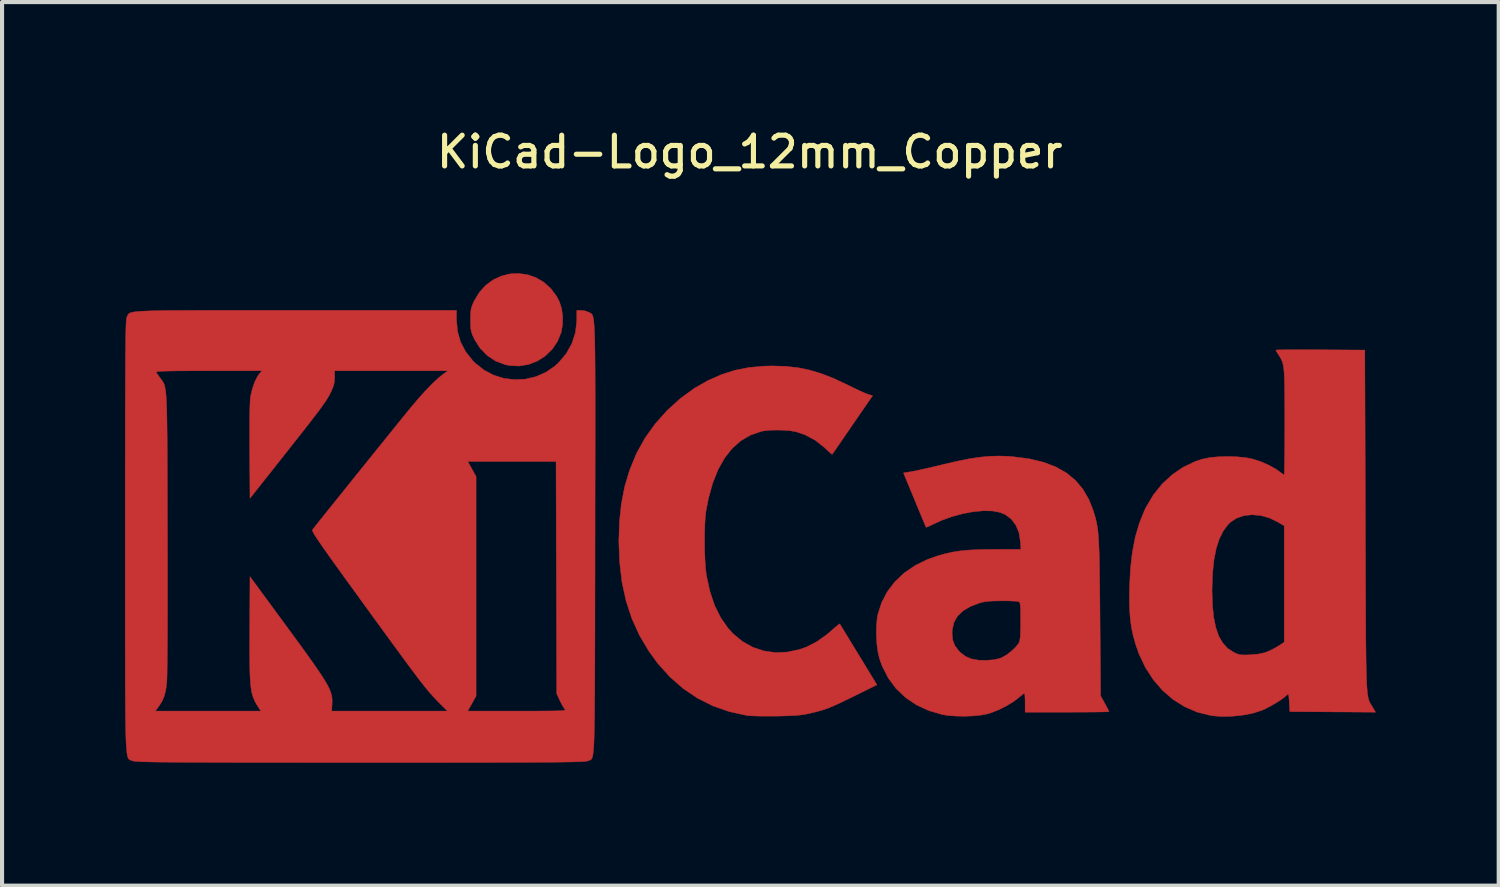
<source format=kicad_pcb>
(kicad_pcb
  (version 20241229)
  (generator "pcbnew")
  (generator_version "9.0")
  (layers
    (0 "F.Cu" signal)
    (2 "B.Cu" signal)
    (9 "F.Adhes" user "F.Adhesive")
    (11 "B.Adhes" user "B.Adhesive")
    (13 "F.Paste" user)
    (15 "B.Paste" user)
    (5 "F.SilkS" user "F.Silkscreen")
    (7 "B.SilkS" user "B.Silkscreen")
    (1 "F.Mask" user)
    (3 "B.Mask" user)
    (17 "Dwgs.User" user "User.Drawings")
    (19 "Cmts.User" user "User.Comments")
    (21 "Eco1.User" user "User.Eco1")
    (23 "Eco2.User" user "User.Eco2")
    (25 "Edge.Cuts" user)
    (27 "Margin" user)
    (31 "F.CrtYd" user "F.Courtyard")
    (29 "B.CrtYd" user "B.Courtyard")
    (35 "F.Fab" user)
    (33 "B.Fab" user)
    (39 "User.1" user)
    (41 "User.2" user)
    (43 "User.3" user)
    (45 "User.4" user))
  (footprint "KiCad-Logo_12mm_Copper"
    (layer "F.Cu")
    (at 15.245 9.548)
    (property "Reference" "KiCad-Logo_12mm_Copper" (at 0 -8.89 0) (layer "F.SilkS") (effects (font (size 0.75 0.75) (thickness 0.125))))
    (attr exclude_from_pos_files exclude_from_bom allow_missing_courtyard)
    (fp_poly (pts (xy -5.423 -5.895) (xy -5.218 -5.824) (xy -5.027 -5.712) (xy -4.856 -5.559) (xy -4.712 -5.366) (xy -4.648 -5.244) (xy -4.592 -5.073) (xy -4.565 -4.876) (xy -4.568 -4.674) (xy -4.601 -4.49) (xy -4.692 -4.266) (xy -4.824 -4.072) (xy -4.991 -3.911) (xy -5.185 -3.787) (xy -5.399 -3.705) (xy -5.628 -3.667) (xy -5.865 -3.679) (xy -5.981 -3.704) (xy -6.208 -3.792) (xy -6.41 -3.927) (xy -6.582 -4.104) (xy -6.718 -4.319) (xy -6.729 -4.343) (xy -6.769 -4.431) (xy -6.794 -4.505) (xy -6.808 -4.583) (xy -6.813 -4.684) (xy -6.814 -4.793) (xy -6.813 -4.925) (xy -6.806 -5.019) (xy -6.79 -5.096) (xy -6.762 -5.173) (xy -6.728 -5.249) (xy -6.599 -5.464) (xy -6.441 -5.638) (xy -6.259 -5.771) (xy -6.06 -5.863) (xy -5.85 -5.915) (xy -5.636 -5.925) (xy -5.423 -5.895)) (stroke (width 0.01) (type solid)) (fill yes) (layer "F.Cu"))
    (fp_poly (pts (xy 0.875 -3.659) (xy 1.17 -3.627) (xy 1.455 -3.569) (xy 1.743 -3.483) (xy 2.045 -3.365) (xy 2.372 -3.213) (xy 2.431 -3.184) (xy 2.566 -3.117) (xy 2.694 -3.057) (xy 2.801 -3.009) (xy 2.876 -2.98) (xy 2.887 -2.976) (xy 2.997 -2.943) (xy 2.506 -2.23) (xy 2.386 -2.055) (xy 2.277 -1.896) (xy 2.181 -1.757) (xy 2.103 -1.644) (xy 2.047 -1.562) (xy 2.015 -1.517) (xy 2.01 -1.51) (xy 1.99 -1.525) (xy 1.939 -1.57) (xy 1.867 -1.636) (xy 1.827 -1.674) (xy 1.603 -1.852) (xy 1.351 -1.988) (xy 1.133 -2.062) (xy 1.003 -2.086) (xy 0.84 -2.1) (xy 0.663 -2.105) (xy 0.491 -2.1) (xy 0.345 -2.085) (xy 0.286 -2.074) (xy 0.022 -1.983) (xy -0.216 -1.845) (xy -0.427 -1.659) (xy -0.612 -1.425) (xy -0.771 -1.144) (xy -0.902 -0.817) (xy -1.007 -0.443) (xy -1.069 -0.123) (xy -1.085 0.018) (xy -1.096 0.201) (xy -1.102 0.412) (xy -1.103 0.637) (xy -1.1 0.865) (xy -1.091 1.081) (xy -1.078 1.273) (xy -1.06 1.428) (xy -1.056 1.452) (xy -0.972 1.836) (xy -0.857 2.176) (xy -0.71 2.473) (xy -0.531 2.729) (xy -0.404 2.868) (xy -0.176 3.056) (xy 0.073 3.195) (xy 0.341 3.285) (xy 0.623 3.325) (xy 0.913 3.314) (xy 1.209 3.251) (xy 1.384 3.19) (xy 1.626 3.066) (xy 1.876 2.89) (xy 2.016 2.77) (xy 2.094 2.701) (xy 2.156 2.651) (xy 2.191 2.626) (xy 2.195 2.625) (xy 2.211 2.65) (xy 2.252 2.716) (xy 2.314 2.818) (xy 2.394 2.949) (xy 2.488 3.104) (xy 2.594 3.277) (xy 2.653 3.374) (xy 3.103 4.112) (xy 2.541 4.39) (xy 2.338 4.489) (xy 2.174 4.568) (xy 2.038 4.629) (xy 1.921 4.677) (xy 1.812 4.716) (xy 1.701 4.749) (xy 1.579 4.781) (xy 1.461 4.809) (xy 1.357 4.831) (xy 1.248 4.847) (xy 1.123 4.859) (xy 0.972 4.867) (xy 0.783 4.873) (xy 0.655 4.876) (xy 0.474 4.877) (xy 0.3 4.877) (xy 0.144 4.873) (xy 0.02 4.868) (xy -0.063 4.861) (xy -0.068 4.86) (xy -0.497 4.767) (xy -0.9 4.626) (xy -1.276 4.438) (xy -1.626 4.201) (xy -1.95 3.917) (xy -2.247 3.586) (xy -2.462 3.291) (xy -2.691 2.905) (xy -2.876 2.498) (xy -3.018 2.066) (xy -3.118 1.605) (xy -3.176 1.113) (xy -3.195 0.614) (xy -3.18 0.131) (xy -3.132 -0.315) (xy -3.05 -0.731) (xy -2.932 -1.125) (xy -2.777 -1.503) (xy -2.759 -1.543) (xy -2.555 -1.91) (xy -2.305 -2.259) (xy -2.015 -2.583) (xy -1.693 -2.875) (xy -1.346 -3.127) (xy -1.022 -3.312) (xy -0.695 -3.457) (xy -0.368 -3.562) (xy -0.027 -3.63) (xy 0.34 -3.664) (xy 0.56 -3.669) (xy 0.875 -3.659)) (stroke (width 0.01) (type solid)) (fill yes) (layer "F.Cu"))
    (fp_poly (pts (xy 13.611 -4.064) (xy 13.843 -4.063) (xy 13.922 -4.063) (xy 15.008 -4.056) (xy 15.022 0.109) (xy 15.023 0.674) (xy 15.025 1.187) (xy 15.026 1.65) (xy 15.028 2.067) (xy 15.03 2.44) (xy 15.031 2.772) (xy 15.033 3.064) (xy 15.036 3.321) (xy 15.039 3.544) (xy 15.043 3.737) (xy 15.047 3.901) (xy 15.052 4.04) (xy 15.058 4.157) (xy 15.066 4.253) (xy 15.074 4.331) (xy 15.083 4.395) (xy 15.094 4.447) (xy 15.107 4.489) (xy 15.12 4.524) (xy 15.136 4.555) (xy 15.153 4.585) (xy 15.172 4.615) (xy 15.193 4.649) (xy 15.198 4.657) (xy 15.27 4.78) (xy 14.224 4.773) (xy 13.178 4.766) (xy 13.164 4.536) (xy 13.157 4.426) (xy 13.149 4.362) (xy 13.139 4.337) (xy 13.123 4.342) (xy 13.11 4.356) (xy 13.052 4.41) (xy 12.959 4.478) (xy 12.842 4.553) (xy 12.715 4.627) (xy 12.592 4.692) (xy 12.498 4.735) (xy 12.276 4.805) (xy 12.022 4.854) (xy 11.754 4.881) (xy 11.491 4.885) (xy 11.252 4.862) (xy 11.248 4.861) (xy 10.92 4.779) (xy 10.614 4.648) (xy 10.331 4.471) (xy 10.075 4.251) (xy 9.849 3.99) (xy 9.655 3.692) (xy 9.498 3.36) (xy 9.412 3.114) (xy 9.355 2.907) (xy 9.313 2.708) (xy 9.285 2.503) (xy 9.268 2.28) (xy 9.262 2.027) (xy 9.265 1.821) (xy 11.28 1.821) (xy 11.29 2.167) (xy 11.32 2.464) (xy 11.372 2.717) (xy 11.445 2.926) (xy 11.543 3.094) (xy 11.664 3.225) (xy 11.805 3.317) (xy 11.878 3.352) (xy 11.941 3.373) (xy 12.011 3.382) (xy 12.106 3.383) (xy 12.208 3.379) (xy 12.409 3.362) (xy 12.568 3.327) (xy 12.618 3.309) (xy 12.732 3.258) (xy 12.852 3.194) (xy 12.905 3.161) (xy 13.041 3.072) (xy 13.041 0.233) (xy 12.891 0.143) (xy 12.682 0.041) (xy 12.468 -0.019) (xy 12.257 -0.038) (xy 12.057 -0.016) (xy 11.877 0.046) (xy 11.723 0.149) (xy 11.673 0.198) (xy 11.553 0.359) (xy 11.456 0.554) (xy 11.381 0.787) (xy 11.328 1.06) (xy 11.294 1.377) (xy 11.281 1.742) (xy 11.28 1.821) (xy 9.265 1.821) (xy 9.266 1.735) (xy 9.289 1.285) (xy 9.335 0.88) (xy 9.406 0.512) (xy 9.503 0.177) (xy 9.626 -0.132) (xy 9.67 -0.223) (xy 9.848 -0.522) (xy 10.062 -0.787) (xy 10.308 -1.015) (xy 10.581 -1.201) (xy 10.877 -1.341) (xy 11.053 -1.398) (xy 11.227 -1.433) (xy 11.436 -1.453) (xy 11.663 -1.459) (xy 11.89 -1.452) (xy 12.1 -1.431) (xy 12.268 -1.398) (xy 12.469 -1.333) (xy 12.663 -1.249) (xy 12.833 -1.155) (xy 12.924 -1.091) (xy 12.986 -1.044) (xy 13.03 -1.015) (xy 13.04 -1.011) (xy 13.043 -1.037) (xy 13.046 -1.113) (xy 13.048 -1.232) (xy 13.051 -1.391) (xy 13.052 -1.582) (xy 13.054 -1.801) (xy 13.055 -2.043) (xy 13.055 -2.29) (xy 13.055 -2.606) (xy 13.054 -2.872) (xy 13.052 -3.093) (xy 13.049 -3.276) (xy 13.043 -3.424) (xy 13.036 -3.543) (xy 13.025 -3.638) (xy 13.011 -3.713) (xy 12.993 -3.775) (xy 12.97 -3.828) (xy 12.943 -3.878) (xy 12.911 -3.929) (xy 12.907 -3.935) (xy 12.865 -4.001) (xy 12.84 -4.046) (xy 12.837 -4.056) (xy 12.863 -4.059) (xy 12.938 -4.061) (xy 13.056 -4.063) (xy 13.212 -4.064) (xy 13.399 -4.065) (xy 13.611 -4.064)) (stroke (width 0.01) (type solid)) (fill yes) (layer "F.Cu"))
    (fp_poly (pts (xy 6.301 -1.464) (xy 6.436 -1.453) (xy 6.823 -1.402) (xy 7.166 -1.32) (xy 7.467 -1.206) (xy 7.726 -1.059) (xy 7.946 -0.878) (xy 8.128 -0.662) (xy 8.275 -0.41) (xy 8.382 -0.137) (xy 8.409 -0.049) (xy 8.433 0.032) (xy 8.453 0.113) (xy 8.47 0.196) (xy 8.485 0.288) (xy 8.498 0.391) (xy 8.508 0.511) (xy 8.516 0.651) (xy 8.523 0.817) (xy 8.529 1.012) (xy 8.533 1.242) (xy 8.537 1.509) (xy 8.541 1.82) (xy 8.544 2.178) (xy 8.546 2.458) (xy 8.562 4.384) (xy 8.665 4.569) (xy 8.713 4.658) (xy 8.749 4.727) (xy 8.766 4.764) (xy 8.767 4.767) (xy 8.741 4.77) (xy 8.666 4.772) (xy 8.548 4.775) (xy 8.394 4.777) (xy 8.209 4.778) (xy 7.999 4.779) (xy 7.77 4.78) (xy 7.743 4.78) (xy 6.719 4.78) (xy 6.719 4.547) (xy 6.717 4.443) (xy 6.712 4.362) (xy 6.706 4.319) (xy 6.703 4.315) (xy 6.676 4.332) (xy 6.62 4.376) (xy 6.547 4.437) (xy 6.546 4.439) (xy 6.413 4.537) (xy 6.246 4.636) (xy 6.063 4.726) (xy 5.883 4.796) (xy 5.804 4.82) (xy 5.646 4.851) (xy 5.452 4.871) (xy 5.241 4.879) (xy 5.029 4.875) (xy 4.834 4.86) (xy 4.698 4.838) (xy 4.363 4.74) (xy 4.063 4.6) (xy 3.797 4.42) (xy 3.569 4.202) (xy 3.38 3.947) (xy 3.232 3.658) (xy 3.168 3.482) (xy 3.128 3.312) (xy 3.101 3.107) (xy 3.089 2.886) (xy 3.089 2.854) (xy 4.937 2.854) (xy 4.952 3.018) (xy 5.003 3.154) (xy 5.097 3.28) (xy 5.133 3.317) (xy 5.262 3.417) (xy 5.411 3.481) (xy 5.589 3.512) (xy 5.777 3.515) (xy 5.955 3.5) (xy 6.091 3.47) (xy 6.15 3.448) (xy 6.257 3.387) (xy 6.37 3.303) (xy 6.473 3.207) (xy 6.55 3.116) (xy 6.571 3.082) (xy 6.586 3.035) (xy 6.598 2.96) (xy 6.605 2.851) (xy 6.609 2.699) (xy 6.609 2.554) (xy 6.609 2.386) (xy 6.607 2.264) (xy 6.602 2.181) (xy 6.595 2.128) (xy 6.583 2.099) (xy 6.567 2.084) (xy 6.562 2.082) (xy 6.518 2.074) (xy 6.431 2.069) (xy 6.312 2.064) (xy 6.175 2.063) (xy 6.145 2.063) (xy 5.961 2.066) (xy 5.819 2.074) (xy 5.707 2.09) (xy 5.613 2.113) (xy 5.382 2.201) (xy 5.201 2.308) (xy 5.068 2.437) (xy 4.982 2.59) (xy 4.941 2.768) (xy 4.937 2.854) (xy 3.089 2.854) (xy 3.092 2.67) (xy 3.11 2.476) (xy 3.125 2.397) (xy 3.217 2.106) (xy 3.357 1.838) (xy 3.542 1.596) (xy 3.77 1.382) (xy 4.037 1.199) (xy 4.343 1.05) (xy 4.602 0.96) (xy 4.775 0.912) (xy 4.941 0.875) (xy 5.11 0.848) (xy 5.293 0.828) (xy 5.501 0.816) (xy 5.744 0.809) (xy 5.964 0.807) (xy 6.616 0.806) (xy 6.603 0.61) (xy 6.568 0.397) (xy 6.492 0.215) (xy 6.38 0.066) (xy 6.234 -0.043) (xy 6.106 -0.096) (xy 5.922 -0.13) (xy 5.703 -0.135) (xy 5.46 -0.113) (xy 5.202 -0.065) (xy 4.939 0.006) (xy 4.683 0.098) (xy 4.497 0.183) (xy 4.407 0.226) (xy 4.339 0.257) (xy 4.304 0.268) (xy 4.302 0.268) (xy 4.29 0.242) (xy 4.26 0.171) (xy 4.215 0.064) (xy 4.158 -0.074) (xy 4.091 -0.235) (xy 4.023 -0.4) (xy 3.751 -1.059) (xy 3.944 -1.09) (xy 4.028 -1.106) (xy 4.154 -1.133) (xy 4.312 -1.168) (xy 4.49 -1.209) (xy 4.677 -1.254) (xy 4.752 -1.272) (xy 5.076 -1.347) (xy 5.359 -1.404) (xy 5.613 -1.442) (xy 5.847 -1.464) (xy 6.073 -1.471) (xy 6.301 -1.464)) (stroke (width 0.01) (type solid)) (fill yes) (layer "F.Cu"))
    (fp_poly (pts (xy -11.847 -5.025) (xy -11.321 -5.025) (xy -11.076 -5.025) (xy -7.156 -5.025) (xy -7.156 -4.794) (xy -7.131 -4.513) (xy -7.057 -4.254) (xy -6.932 -4.015) (xy -6.756 -3.794) (xy -6.696 -3.735) (xy -6.482 -3.566) (xy -6.246 -3.443) (xy -5.995 -3.365) (xy -5.735 -3.334) (xy -5.475 -3.347) (xy -5.221 -3.406) (xy -4.98 -3.511) (xy -4.76 -3.661) (xy -4.661 -3.751) (xy -4.476 -3.973) (xy -4.34 -4.216) (xy -4.255 -4.479) (xy -4.222 -4.759) (xy -4.221 -4.786) (xy -4.22 -5.025) (xy -4.115 -5.025) (xy -4.021 -5.013) (xy -3.936 -4.982) (xy -3.931 -4.979) (xy -3.912 -4.969) (xy -3.894 -4.961) (xy -3.878 -4.953) (xy -3.863 -4.943) (xy -3.85 -4.928) (xy -3.838 -4.907) (xy -3.827 -4.876) (xy -3.817 -4.834) (xy -3.809 -4.778) (xy -3.802 -4.707) (xy -3.795 -4.617) (xy -3.79 -4.507) (xy -3.785 -4.374) (xy -3.781 -4.216) (xy -3.778 -4.031) (xy -3.776 -3.817) (xy -3.774 -3.571) (xy -3.773 -3.29) (xy -3.772 -2.974) (xy -3.772 -2.619) (xy -3.772 -2.223) (xy -3.772 -1.784) (xy -3.773 -1.3) (xy -3.774 -0.769) (xy -3.775 -0.187) (xy -3.775 0.446) (xy -3.776 0.524) (xy -3.776 1.161) (xy -3.777 1.747) (xy -3.778 2.282) (xy -3.778 2.769) (xy -3.779 3.211) (xy -3.78 3.609) (xy -3.781 3.967) (xy -3.783 4.285) (xy -3.785 4.568) (xy -3.787 4.815) (xy -3.79 5.031) (xy -3.793 5.217) (xy -3.797 5.376) (xy -3.802 5.509) (xy -3.808 5.62) (xy -3.815 5.709) (xy -3.822 5.781) (xy -3.831 5.836) (xy -3.84 5.877) (xy -3.851 5.906) (xy -3.863 5.926) (xy -3.877 5.939) (xy -3.892 5.948) (xy -3.908 5.953) (xy -3.926 5.958) (xy -3.946 5.965) (xy -3.95 5.968) (xy -3.965 5.973) (xy -3.991 5.977) (xy -4.028 5.981) (xy -4.08 5.985) (xy -4.148 5.988) (xy -4.236 5.991) (xy -4.344 5.994) (xy -4.476 5.996) (xy -4.633 5.999) (xy -4.818 6) (xy -5.033 6.002) (xy -5.28 6.003) (xy -5.561 6.005) (xy -5.878 6.006) (xy -6.234 6.006) (xy -6.631 6.007) (xy -7.071 6.007) (xy -7.556 6.008) (xy -8.088 6.008) (xy -8.67 6.008) (xy -9.303 6.008) (xy -9.509 6.008) (xy -10.156 6.008) (xy -10.752 6.008) (xy -11.297 6.007) (xy -11.794 6.007) (xy -12.245 6.007) (xy -12.653 6.006) (xy -13.02 6.005) (xy -13.347 6.004) (xy -13.638 6.003) (xy -13.894 6.002) (xy -14.117 6) (xy -14.31 5.999) (xy -14.476 5.997) (xy -14.615 5.994) (xy -14.731 5.992) (xy -14.826 5.989) (xy -14.901 5.985) (xy -14.96 5.982) (xy -15.003 5.978) (xy -15.035 5.974) (xy -15.056 5.969) (xy -15.067 5.965) (xy -15.088 5.956) (xy -15.107 5.95) (xy -15.124 5.943) (xy -15.139 5.935) (xy -15.154 5.921) (xy -15.166 5.902) (xy -15.178 5.873) (xy -15.188 5.832) (xy -15.197 5.779) (xy -15.205 5.709) (xy -15.212 5.622) (xy -15.218 5.514) (xy -15.223 5.383) (xy -15.227 5.228) (xy -15.231 5.045) (xy -15.234 4.834) (xy -15.234 4.752) (xy -14.505 4.752) (xy -11.929 4.752) (xy -11.979 4.677) (xy -12.028 4.6) (xy -12.07 4.526) (xy -12.104 4.452) (xy -12.133 4.37) (xy -12.156 4.277) (xy -12.173 4.166) (xy -12.186 4.034) (xy -12.195 3.875) (xy -12.2 3.683) (xy -12.203 3.454) (xy -12.204 3.182) (xy -12.202 2.863) (xy -12.202 2.744) (xy -12.195 1.472) (xy -11.389 2.569) (xy -11.161 2.88) (xy -10.963 3.151) (xy -10.794 3.385) (xy -10.65 3.587) (xy -10.531 3.759) (xy -10.434 3.905) (xy -10.357 4.028) (xy -10.297 4.133) (xy -10.253 4.223) (xy -10.223 4.302) (xy -10.203 4.372) (xy -10.193 4.439) (xy -10.19 4.504) (xy -10.192 4.573) (xy -10.192 4.581) (xy -10.201 4.752) (xy -8.789 4.752) (xy -7.378 4.752) (xy -7.588 4.54) (xy -7.645 4.483) (xy -7.699 4.426) (xy -7.752 4.368) (xy -7.807 4.306) (xy -7.867 4.235) (xy -7.933 4.154) (xy -8.008 4.059) (xy -8.094 3.947) (xy -8.194 3.814) (xy -8.31 3.659) (xy -8.445 3.476) (xy -8.6 3.265) (xy -8.779 3.02) (xy -8.983 2.74) (xy -9.215 2.422) (xy -9.405 2.16) (xy -9.643 1.831) (xy -9.852 1.544) (xy -10.031 1.295) (xy -10.184 1.082) (xy -10.312 0.902) (xy -10.417 0.753) (xy -10.501 0.631) (xy -10.566 0.534) (xy -10.614 0.46) (xy -10.646 0.404) (xy -10.665 0.366) (xy -10.673 0.342) (xy -10.67 0.329) (xy -10.644 0.295) (xy -10.587 0.222) (xy -10.502 0.116) (xy -10.393 -0.02) (xy -10.264 -0.181) (xy -10.118 -0.363) (xy -9.958 -0.562) (xy -9.788 -0.773) (xy -9.612 -0.993) (xy -9.432 -1.216) (xy -9.333 -1.338) (xy -6.882 -1.338) (xy -6.678 -0.97) (xy -6.678 4.384) (xy -6.882 4.752) (xy -5.676 4.752) (xy -5.388 4.752) (xy -5.151 4.752) (xy -4.958 4.751) (xy -4.807 4.749) (xy -4.693 4.747) (xy -4.61 4.744) (xy -4.554 4.739) (xy -4.521 4.733) (xy -4.507 4.725) (xy -4.506 4.715) (xy -4.515 4.704) (xy -4.515 4.704) (xy -4.549 4.654) (xy -4.595 4.573) (xy -4.635 4.492) (xy -4.711 4.329) (xy -4.719 1.495) (xy -4.727 -1.338) (xy -6.882 -1.338) (xy -9.333 -1.338) (xy -9.253 -1.438) (xy -9.078 -1.656) (xy -8.909 -1.864) (xy -8.752 -2.059) (xy -8.609 -2.237) (xy -8.483 -2.392) (xy -8.378 -2.521) (xy -8.298 -2.619) (xy -8.251 -2.677) (xy -8.069 -2.891) (xy -7.893 -3.084) (xy -7.731 -3.25) (xy -7.588 -3.383) (xy -7.486 -3.464) (xy -7.366 -3.551) (xy -10.13 -3.551) (xy -10.129 -3.388) (xy -10.137 -3.269) (xy -10.166 -3.159) (xy -10.211 -3.054) (xy -10.24 -2.995) (xy -10.271 -2.936) (xy -10.308 -2.874) (xy -10.352 -2.805) (xy -10.408 -2.724) (xy -10.476 -2.629) (xy -10.562 -2.514) (xy -10.667 -2.377) (xy -10.794 -2.213) (xy -10.946 -2.019) (xy -11.127 -1.79) (xy -11.338 -1.522) (xy -11.362 -1.492) (xy -12.195 -0.439) (xy -12.203 -1.605) (xy -12.204 -1.955) (xy -12.204 -2.251) (xy -12.202 -2.494) (xy -12.197 -2.686) (xy -12.191 -2.826) (xy -12.183 -2.917) (xy -12.18 -2.935) (xy -12.136 -3.117) (xy -12.078 -3.281) (xy -12.011 -3.413) (xy -11.972 -3.469) (xy -11.903 -3.551) (xy -13.204 -3.551) (xy -13.515 -3.55) (xy -13.774 -3.549) (xy -13.987 -3.548) (xy -14.156 -3.545) (xy -14.286 -3.542) (xy -14.38 -3.538) (xy -14.442 -3.533) (xy -14.476 -3.526) (xy -14.486 -3.518) (xy -14.485 -3.516) (xy -14.458 -3.475) (xy -14.412 -3.409) (xy -14.388 -3.375) (xy -14.363 -3.342) (xy -14.341 -3.312) (xy -14.321 -3.283) (xy -14.304 -3.252) (xy -14.288 -3.215) (xy -14.275 -3.17) (xy -14.263 -3.114) (xy -14.253 -3.043) (xy -14.244 -2.956) (xy -14.237 -2.849) (xy -14.231 -2.719) (xy -14.226 -2.563) (xy -14.222 -2.379) (xy -14.219 -2.162) (xy -14.216 -1.912) (xy -14.215 -1.623) (xy -14.213 -1.295) (xy -14.212 -0.922) (xy -14.211 -0.504) (xy -14.21 -0.036) (xy -14.209 0.393) (xy -14.208 0.872) (xy -14.207 1.329) (xy -14.207 1.761) (xy -14.207 2.166) (xy -14.208 2.539) (xy -14.209 2.879) (xy -14.211 3.182) (xy -14.213 3.446) (xy -14.216 3.668) (xy -14.218 3.844) (xy -14.222 3.971) (xy -14.225 4.048) (xy -14.226 4.056) (xy -14.25 4.242) (xy -14.288 4.391) (xy -14.345 4.521) (xy -14.428 4.649) (xy -14.439 4.663) (xy -14.505 4.752) (xy -15.234 4.752) (xy -15.236 4.59) (xy -15.237 4.313) (xy -15.239 3.999) (xy -15.239 3.648) (xy -15.24 3.255) (xy -15.24 2.82) (xy -15.24 2.339) (xy -15.24 1.811) (xy -15.24 1.234) (xy -15.24 0.604) (xy -15.24 0.479) (xy -15.24 -0.157) (xy -15.24 -0.741) (xy -15.24 -1.274) (xy -15.239 -1.76) (xy -15.239 -2.2) (xy -15.238 -2.597) (xy -15.237 -2.952) (xy -15.236 -3.269) (xy -15.235 -3.549) (xy -15.234 -3.794) (xy -15.232 -4.008) (xy -15.23 -4.191) (xy -15.228 -4.346) (xy -15.226 -4.477) (xy -15.223 -4.583) (xy -15.22 -4.669) (xy -15.216 -4.736) (xy -15.213 -4.787) (xy -15.208 -4.823) (xy -15.204 -4.848) (xy -15.199 -4.862) (xy -15.199 -4.862) (xy -15.188 -4.885) (xy -15.18 -4.905) (xy -15.17 -4.923) (xy -15.157 -4.939) (xy -15.138 -4.953) (xy -15.11 -4.966) (xy -15.071 -4.977) (xy -15.017 -4.987) (xy -14.947 -4.995) (xy -14.858 -5.002) (xy -14.746 -5.008) (xy -14.61 -5.013) (xy -14.447 -5.017) (xy -14.254 -5.02) (xy -14.029 -5.022) (xy -13.768 -5.023) (xy -13.47 -5.025) (xy -13.131 -5.025) (xy -12.75 -5.025) (xy -12.323 -5.026) (xy -11.847 -5.025)) (stroke (width 0.01) (type solid)) (fill yes) (layer "F.Cu")))
  (gr_rect
    (start -3 -3)
    (end 33.52 18.561)
    (stroke (width 0.1) (type default))
    (fill no)
    (layer "Edge.Cuts")))
</source>
